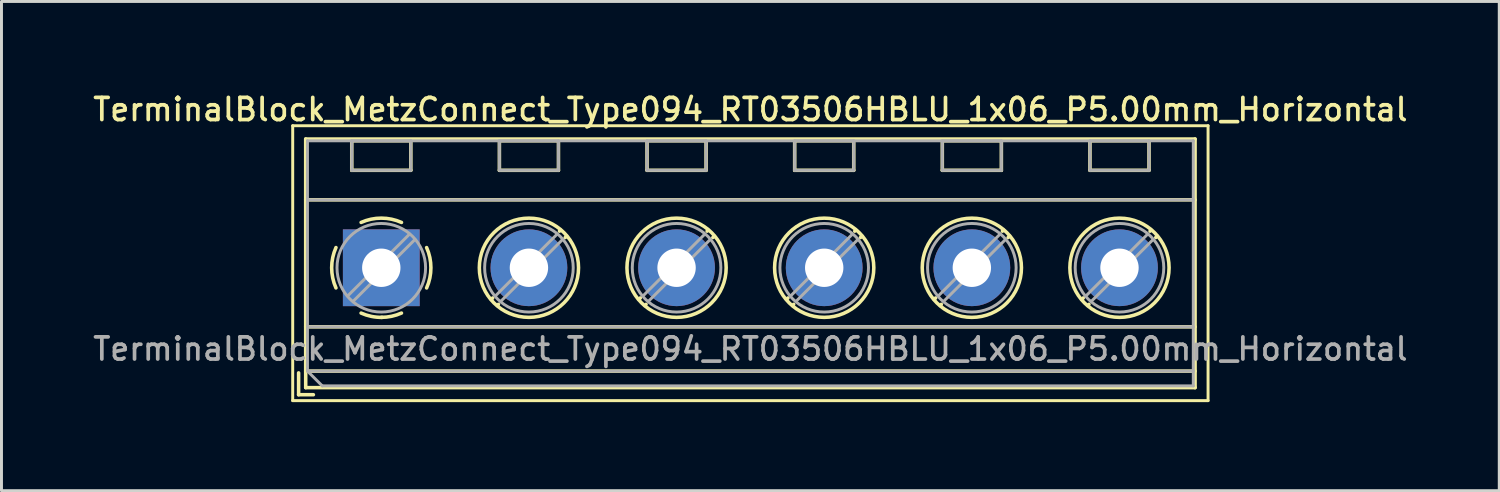
<source format=kicad_pcb>
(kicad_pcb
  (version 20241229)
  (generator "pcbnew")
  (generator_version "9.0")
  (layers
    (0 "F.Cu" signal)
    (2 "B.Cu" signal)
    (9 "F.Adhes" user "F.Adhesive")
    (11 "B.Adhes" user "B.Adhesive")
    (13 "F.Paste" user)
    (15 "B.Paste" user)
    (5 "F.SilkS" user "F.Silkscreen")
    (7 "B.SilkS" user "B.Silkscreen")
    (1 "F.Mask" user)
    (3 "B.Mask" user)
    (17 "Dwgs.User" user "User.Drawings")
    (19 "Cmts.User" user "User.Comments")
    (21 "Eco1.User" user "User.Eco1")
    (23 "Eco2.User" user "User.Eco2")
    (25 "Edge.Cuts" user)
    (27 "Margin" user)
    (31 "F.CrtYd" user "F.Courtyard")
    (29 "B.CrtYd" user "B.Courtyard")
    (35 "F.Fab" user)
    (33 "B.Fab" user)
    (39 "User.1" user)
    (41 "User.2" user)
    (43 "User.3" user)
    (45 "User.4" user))
  (footprint "TerminalBlock_MetzConnect_Type094_RT03506HBLU_1x06_P5.00mm_Horizontal"
    (layer "F.Cu")
    (at 9.863 6.018)
    (property "Reference" "TerminalBlock_MetzConnect_Type094_RT03506HBLU_1x06_P5.00mm_Horizontal" (at 12.5 -5.36 0) (layer "F.SilkS") (effects (font (size 0.75 0.75) (thickness 0.125))))
    (attr through_hole)
    (fp_line (start -3 -4.81) (end -3 4.5) (stroke (width 0.1) (type solid)) (layer "F.SilkS"))
    (fp_line (start -3 4.5) (end 28 4.5) (stroke (width 0.1) (type solid)) (layer "F.SilkS"))
    (fp_line (start -2.8 3.56) (end -2.8 4.3) (stroke (width 0.12) (type solid)) (layer "F.SilkS"))
    (fp_line (start -2.8 4.3) (end -2.3 4.3) (stroke (width 0.12) (type solid)) (layer "F.SilkS"))
    (fp_line (start -2.56 -4.36) (end -2.56 4.06) (stroke (width 0.12) (type solid)) (layer "F.SilkS"))
    (fp_line (start -2.56 -4.36) (end 27.56 -4.36) (stroke (width 0.12) (type solid)) (layer "F.SilkS"))
    (fp_line (start -2.56 -2.301) (end 27.56 -2.301) (stroke (width 0.12) (type solid)) (layer "F.SilkS"))
    (fp_line (start -2.56 2) (end 27.56 2) (stroke (width 0.12) (type solid)) (layer "F.SilkS"))
    (fp_line (start -2.56 3.5) (end 27.56 3.5) (stroke (width 0.12) (type solid)) (layer "F.SilkS"))
    (fp_line (start -2.56 4.06) (end 27.56 4.06) (stroke (width 0.12) (type solid)) (layer "F.SilkS"))
    (fp_line (start -1 -4.3) (end -1 -3.3) (stroke (width 0.12) (type solid)) (layer "F.SilkS"))
    (fp_line (start -1 -4.3) (end 1 -4.3) (stroke (width 0.12) (type solid)) (layer "F.SilkS"))
    (fp_line (start -1 -3.3) (end 1 -3.3) (stroke (width 0.12) (type solid)) (layer "F.SilkS"))
    (fp_line (start 1 -4.3) (end 1 -3.3) (stroke (width 0.12) (type solid)) (layer "F.SilkS"))
    (fp_line (start 3.773 1.023) (end 3.726 1.069) (stroke (width 0.12) (type solid)) (layer "F.SilkS"))
    (fp_line (start 3.966 1.239) (end 3.931 1.274) (stroke (width 0.12) (type solid)) (layer "F.SilkS"))
    (fp_line (start 4 -4.3) (end 4 -3.3) (stroke (width 0.12) (type solid)) (layer "F.SilkS"))
    (fp_line (start 4 -4.3) (end 6 -4.3) (stroke (width 0.12) (type solid)) (layer "F.SilkS"))
    (fp_line (start 4 -3.3) (end 6 -3.3) (stroke (width 0.12) (type solid)) (layer "F.SilkS"))
    (fp_line (start 6 -4.3) (end 6 -3.3) (stroke (width 0.12) (type solid)) (layer "F.SilkS"))
    (fp_line (start 6.07 -1.275) (end 6.035 -1.239) (stroke (width 0.12) (type solid)) (layer "F.SilkS"))
    (fp_line (start 6.275 -1.069) (end 6.228 -1.023) (stroke (width 0.12) (type solid)) (layer "F.SilkS"))
    (fp_line (start 8.773 1.023) (end 8.726 1.069) (stroke (width 0.12) (type solid)) (layer "F.SilkS"))
    (fp_line (start 8.966 1.239) (end 8.931 1.274) (stroke (width 0.12) (type solid)) (layer "F.SilkS"))
    (fp_line (start 9 -4.3) (end 9 -3.3) (stroke (width 0.12) (type solid)) (layer "F.SilkS"))
    (fp_line (start 9 -4.3) (end 11 -4.3) (stroke (width 0.12) (type solid)) (layer "F.SilkS"))
    (fp_line (start 9 -3.3) (end 11 -3.3) (stroke (width 0.12) (type solid)) (layer "F.SilkS"))
    (fp_line (start 11 -4.3) (end 11 -3.3) (stroke (width 0.12) (type solid)) (layer "F.SilkS"))
    (fp_line (start 11.07 -1.275) (end 11.035 -1.239) (stroke (width 0.12) (type solid)) (layer "F.SilkS"))
    (fp_line (start 11.275 -1.069) (end 11.228 -1.023) (stroke (width 0.12) (type solid)) (layer "F.SilkS"))
    (fp_line (start 13.773 1.023) (end 13.726 1.069) (stroke (width 0.12) (type solid)) (layer "F.SilkS"))
    (fp_line (start 13.966 1.239) (end 13.931 1.274) (stroke (width 0.12) (type solid)) (layer "F.SilkS"))
    (fp_line (start 14 -4.3) (end 14 -3.3) (stroke (width 0.12) (type solid)) (layer "F.SilkS"))
    (fp_line (start 14 -4.3) (end 16 -4.3) (stroke (width 0.12) (type solid)) (layer "F.SilkS"))
    (fp_line (start 14 -3.3) (end 16 -3.3) (stroke (width 0.12) (type solid)) (layer "F.SilkS"))
    (fp_line (start 16 -4.3) (end 16 -3.3) (stroke (width 0.12) (type solid)) (layer "F.SilkS"))
    (fp_line (start 16.07 -1.275) (end 16.035 -1.239) (stroke (width 0.12) (type solid)) (layer "F.SilkS"))
    (fp_line (start 16.275 -1.069) (end 16.228 -1.023) (stroke (width 0.12) (type solid)) (layer "F.SilkS"))
    (fp_line (start 18.773 1.023) (end 18.726 1.069) (stroke (width 0.12) (type solid)) (layer "F.SilkS"))
    (fp_line (start 18.966 1.239) (end 18.931 1.274) (stroke (width 0.12) (type solid)) (layer "F.SilkS"))
    (fp_line (start 19 -4.3) (end 19 -3.3) (stroke (width 0.12) (type solid)) (layer "F.SilkS"))
    (fp_line (start 19 -4.3) (end 21 -4.3) (stroke (width 0.12) (type solid)) (layer "F.SilkS"))
    (fp_line (start 19 -3.3) (end 21 -3.3) (stroke (width 0.12) (type solid)) (layer "F.SilkS"))
    (fp_line (start 21 -4.3) (end 21 -3.3) (stroke (width 0.12) (type solid)) (layer "F.SilkS"))
    (fp_line (start 21.07 -1.275) (end 21.035 -1.239) (stroke (width 0.12) (type solid)) (layer "F.SilkS"))
    (fp_line (start 21.275 -1.069) (end 21.228 -1.023) (stroke (width 0.12) (type solid)) (layer "F.SilkS"))
    (fp_line (start 23.773 1.023) (end 23.726 1.069) (stroke (width 0.12) (type solid)) (layer "F.SilkS"))
    (fp_line (start 23.966 1.239) (end 23.931 1.274) (stroke (width 0.12) (type solid)) (layer "F.SilkS"))
    (fp_line (start 24 -4.3) (end 24 -3.3) (stroke (width 0.12) (type solid)) (layer "F.SilkS"))
    (fp_line (start 24 -4.3) (end 26 -4.3) (stroke (width 0.12) (type solid)) (layer "F.SilkS"))
    (fp_line (start 24 -3.3) (end 26 -3.3) (stroke (width 0.12) (type solid)) (layer "F.SilkS"))
    (fp_line (start 26 -4.3) (end 26 -3.3) (stroke (width 0.12) (type solid)) (layer "F.SilkS"))
    (fp_line (start 26.07 -1.275) (end 26.035 -1.239) (stroke (width 0.12) (type solid)) (layer "F.SilkS"))
    (fp_line (start 26.275 -1.069) (end 26.228 -1.023) (stroke (width 0.12) (type solid)) (layer "F.SilkS"))
    (fp_line (start 27.56 -4.36) (end 27.56 4.06) (stroke (width 0.12) (type solid)) (layer "F.SilkS"))
    (fp_line (start 28 -4.81) (end -3 -4.81) (stroke (width 0.1) (type solid)) (layer "F.SilkS"))
    (fp_line (start 28 4.5) (end 28 -4.81) (stroke (width 0.1) (type solid)) (layer "F.SilkS"))
    (fp_arc (start -1.535427 0.683042) (mid -1.680501 -0.000524) (end -1.535 -0.684) (stroke (width 0.12) (type solid)) (layer "F.SilkS"))
    (fp_arc (start -0.683042 -1.535427) (mid 0.000524 -1.680501) (end 0.684 -1.535) (stroke (width 0.12) (type solid)) (layer "F.SilkS"))
    (fp_arc (start 0.028805 1.680253) (mid -0.335551 1.646659) (end -0.684 1.535) (stroke (width 0.12) (type solid)) (layer "F.SilkS"))
    (fp_arc (start 0.683318 1.534756) (mid 0.349292 1.643288) (end 0 1.68) (stroke (width 0.12) (type solid)) (layer "F.SilkS"))
    (fp_arc (start 1.535427 -0.683042) (mid 1.680501 0.000524) (end 1.535 0.684) (stroke (width 0.12) (type solid)) (layer "F.SilkS"))
    (fp_circle (center 5 0) (end 6.68 0) (stroke (width 0.12) (type solid)) (fill no) (layer "F.SilkS"))
    (fp_circle (center 10 0) (end 11.68 0) (stroke (width 0.12) (type solid)) (fill no) (layer "F.SilkS"))
    (fp_circle (center 15 0) (end 16.68 0) (stroke (width 0.12) (type solid)) (fill no) (layer "F.SilkS"))
    (fp_circle (center 20 0) (end 21.68 0) (stroke (width 0.12) (type solid)) (fill no) (layer "F.SilkS"))
    (fp_circle (center 25 0) (end 26.68 0) (stroke (width 0.12) (type solid)) (fill no) (layer "F.SilkS"))
    (fp_line (start -2.5 -4.3) (end 27.5 -4.3) (stroke (width 0.1) (type solid)) (layer "F.Fab"))
    (fp_line (start -2.5 -2.3) (end 27.5 -2.3) (stroke (width 0.1) (type solid)) (layer "F.Fab"))
    (fp_line (start -2.5 2) (end 27.5 2) (stroke (width 0.1) (type solid)) (layer "F.Fab"))
    (fp_line (start -2.5 3.5) (end -2.5 -4.3) (stroke (width 0.1) (type solid)) (layer "F.Fab"))
    (fp_line (start -2.5 3.5) (end 27.5 3.5) (stroke (width 0.1) (type solid)) (layer "F.Fab"))
    (fp_line (start -2 4) (end -2.5 3.5) (stroke (width 0.1) (type solid)) (layer "F.Fab"))
    (fp_line (start -1 -4.3) (end -1 -3.3) (stroke (width 0.1) (type solid)) (layer "F.Fab"))
    (fp_line (start -1 -3.3) (end 1 -3.3) (stroke (width 0.1) (type solid)) (layer "F.Fab"))
    (fp_line (start 0.955 -1.138) (end -1.138 0.955) (stroke (width 0.1) (type solid)) (layer "F.Fab"))
    (fp_line (start 1 -4.3) (end -1 -4.3) (stroke (width 0.1) (type solid)) (layer "F.Fab"))
    (fp_line (start 1 -3.3) (end 1 -4.3) (stroke (width 0.1) (type solid)) (layer "F.Fab"))
    (fp_line (start 1.138 -0.955) (end -0.955 1.138) (stroke (width 0.1) (type solid)) (layer "F.Fab"))
    (fp_line (start 4 -4.3) (end 4 -3.3) (stroke (width 0.1) (type solid)) (layer "F.Fab"))
    (fp_line (start 4 -3.3) (end 6 -3.3) (stroke (width 0.1) (type solid)) (layer "F.Fab"))
    (fp_line (start 5.955 -1.138) (end 3.863 0.955) (stroke (width 0.1) (type solid)) (layer "F.Fab"))
    (fp_line (start 6 -4.3) (end 4 -4.3) (stroke (width 0.1) (type solid)) (layer "F.Fab"))
    (fp_line (start 6 -3.3) (end 6 -4.3) (stroke (width 0.1) (type solid)) (layer "F.Fab"))
    (fp_line (start 6.138 -0.955) (end 4.046 1.138) (stroke (width 0.1) (type solid)) (layer "F.Fab"))
    (fp_line (start 9 -4.3) (end 9 -3.3) (stroke (width 0.1) (type solid)) (layer "F.Fab"))
    (fp_line (start 9 -3.3) (end 11 -3.3) (stroke (width 0.1) (type solid)) (layer "F.Fab"))
    (fp_line (start 10.955 -1.138) (end 8.863 0.955) (stroke (width 0.1) (type solid)) (layer "F.Fab"))
    (fp_line (start 11 -4.3) (end 9 -4.3) (stroke (width 0.1) (type solid)) (layer "F.Fab"))
    (fp_line (start 11 -3.3) (end 11 -4.3) (stroke (width 0.1) (type solid)) (layer "F.Fab"))
    (fp_line (start 11.138 -0.955) (end 9.046 1.138) (stroke (width 0.1) (type solid)) (layer "F.Fab"))
    (fp_line (start 14 -4.3) (end 14 -3.3) (stroke (width 0.1) (type solid)) (layer "F.Fab"))
    (fp_line (start 14 -3.3) (end 16 -3.3) (stroke (width 0.1) (type solid)) (layer "F.Fab"))
    (fp_line (start 15.955 -1.138) (end 13.863 0.955) (stroke (width 0.1) (type solid)) (layer "F.Fab"))
    (fp_line (start 16 -4.3) (end 14 -4.3) (stroke (width 0.1) (type solid)) (layer "F.Fab"))
    (fp_line (start 16 -3.3) (end 16 -4.3) (stroke (width 0.1) (type solid)) (layer "F.Fab"))
    (fp_line (start 16.138 -0.955) (end 14.046 1.138) (stroke (width 0.1) (type solid)) (layer "F.Fab"))
    (fp_line (start 19 -4.3) (end 19 -3.3) (stroke (width 0.1) (type solid)) (layer "F.Fab"))
    (fp_line (start 19 -3.3) (end 21 -3.3) (stroke (width 0.1) (type solid)) (layer "F.Fab"))
    (fp_line (start 20.955 -1.138) (end 18.863 0.955) (stroke (width 0.1) (type solid)) (layer "F.Fab"))
    (fp_line (start 21 -4.3) (end 19 -4.3) (stroke (width 0.1) (type solid)) (layer "F.Fab"))
    (fp_line (start 21 -3.3) (end 21 -4.3) (stroke (width 0.1) (type solid)) (layer "F.Fab"))
    (fp_line (start 21.138 -0.955) (end 19.046 1.138) (stroke (width 0.1) (type solid)) (layer "F.Fab"))
    (fp_line (start 24 -4.3) (end 24 -3.3) (stroke (width 0.1) (type solid)) (layer "F.Fab"))
    (fp_line (start 24 -3.3) (end 26 -3.3) (stroke (width 0.1) (type solid)) (layer "F.Fab"))
    (fp_line (start 25.955 -1.138) (end 23.863 0.955) (stroke (width 0.1) (type solid)) (layer "F.Fab"))
    (fp_line (start 26 -4.3) (end 24 -4.3) (stroke (width 0.1) (type solid)) (layer "F.Fab"))
    (fp_line (start 26 -3.3) (end 26 -4.3) (stroke (width 0.1) (type solid)) (layer "F.Fab"))
    (fp_line (start 26.138 -0.955) (end 24.046 1.138) (stroke (width 0.1) (type solid)) (layer "F.Fab"))
    (fp_line (start 27.5 -4.3) (end 27.5 4) (stroke (width 0.1) (type solid)) (layer "F.Fab"))
    (fp_line (start 27.5 4) (end -2 4) (stroke (width 0.1) (type solid)) (layer "F.Fab"))
    (fp_circle (center 0 0) (end 1.5 0) (stroke (width 0.1) (type solid)) (fill no) (layer "F.Fab"))
    (fp_circle (center 5 0) (end 6.5 0) (stroke (width 0.1) (type solid)) (fill no) (layer "F.Fab"))
    (fp_circle (center 10 0) (end 11.5 0) (stroke (width 0.1) (type solid)) (fill no) (layer "F.Fab"))
    (fp_circle (center 15 0) (end 16.5 0) (stroke (width 0.1) (type solid)) (fill no) (layer "F.Fab"))
    (fp_circle (center 20 0) (end 21.5 0) (stroke (width 0.1) (type solid)) (fill no) (layer "F.Fab"))
    (fp_circle (center 25 0) (end 26.5 0) (stroke (width 0.1) (type solid)) (fill no) (layer "F.Fab"))
    (fp_text user "${REFERENCE}" (at 12.5 2.75 0) (layer "F.Fab") (effects (font (size 0.75 0.75) (thickness 0.125))))
    (pad "1" thru_hole rect (at 0 0) (size 2.6 2.6) (drill 1.3) (layers "*.Cu" "*.Mask"))
    (pad "2" thru_hole circle (at 5 0) (size 2.6 2.6) (drill 1.3) (layers "*.Cu" "*.Mask"))
    (pad "3" thru_hole circle (at 10 0) (size 2.6 2.6) (drill 1.3) (layers "*.Cu" "*.Mask"))
    (pad "4" thru_hole circle (at 15 0) (size 2.6 2.6) (drill 1.3) (layers "*.Cu" "*.Mask"))
    (pad "5" thru_hole circle (at 20 0) (size 2.6 2.6) (drill 1.3) (layers "*.Cu" "*.Mask"))
    (pad "6" thru_hole circle (at 25 0) (size 2.6 2.6) (drill 1.3) (layers "*.Cu" "*.Mask")))
  (gr_rect
    (start -3 -3)
    (end 47.725 13.568)
    (stroke (width 0.1) (type default))
    (fill no)
    (layer "Edge.Cuts")))
</source>
